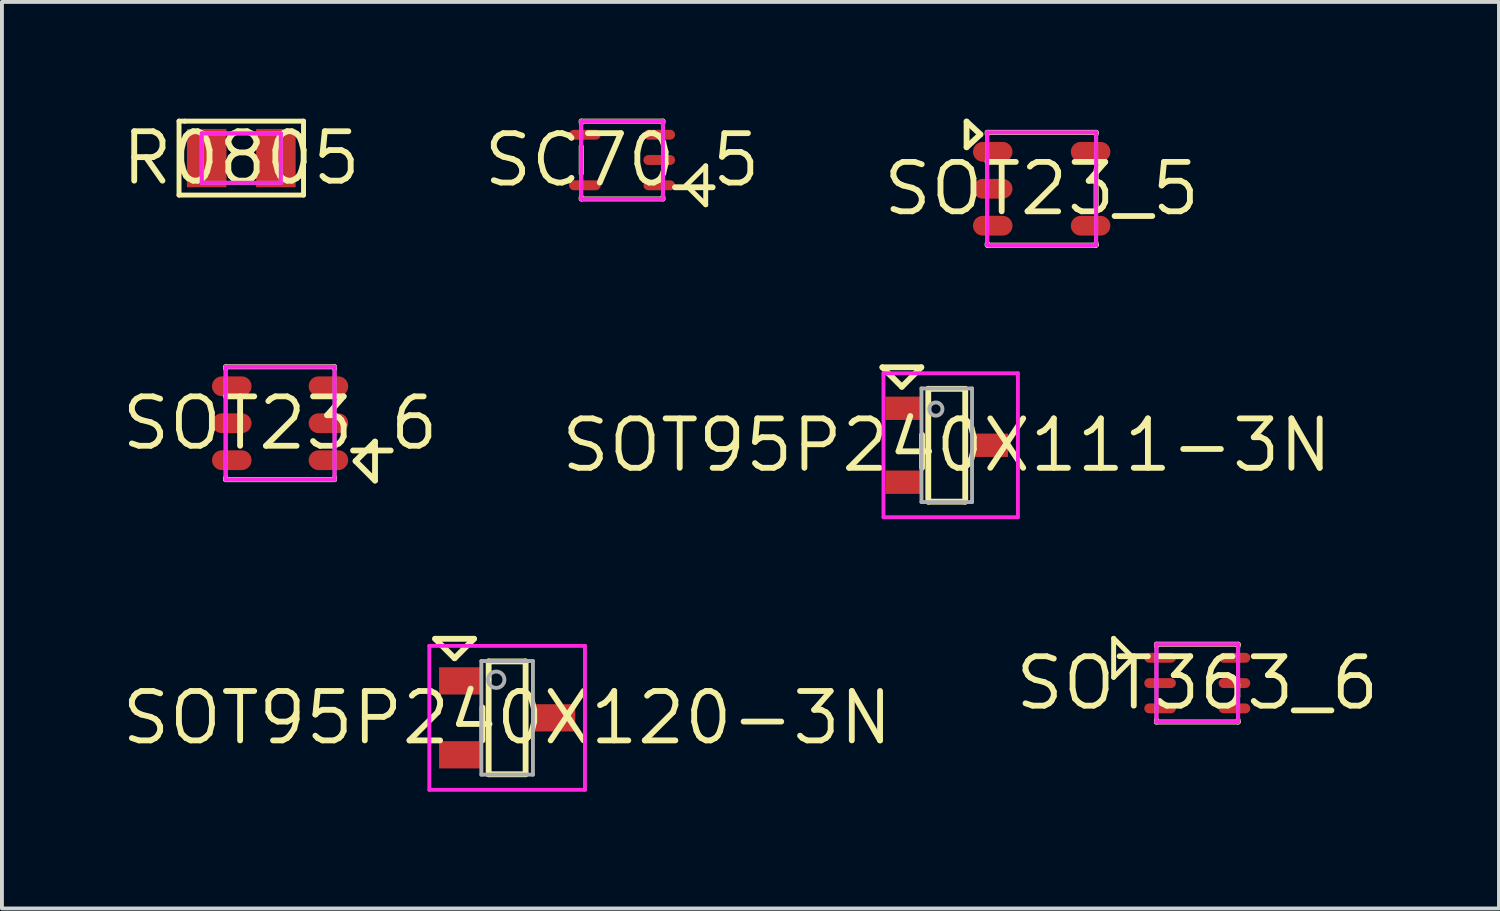
<source format=kicad_pcb>
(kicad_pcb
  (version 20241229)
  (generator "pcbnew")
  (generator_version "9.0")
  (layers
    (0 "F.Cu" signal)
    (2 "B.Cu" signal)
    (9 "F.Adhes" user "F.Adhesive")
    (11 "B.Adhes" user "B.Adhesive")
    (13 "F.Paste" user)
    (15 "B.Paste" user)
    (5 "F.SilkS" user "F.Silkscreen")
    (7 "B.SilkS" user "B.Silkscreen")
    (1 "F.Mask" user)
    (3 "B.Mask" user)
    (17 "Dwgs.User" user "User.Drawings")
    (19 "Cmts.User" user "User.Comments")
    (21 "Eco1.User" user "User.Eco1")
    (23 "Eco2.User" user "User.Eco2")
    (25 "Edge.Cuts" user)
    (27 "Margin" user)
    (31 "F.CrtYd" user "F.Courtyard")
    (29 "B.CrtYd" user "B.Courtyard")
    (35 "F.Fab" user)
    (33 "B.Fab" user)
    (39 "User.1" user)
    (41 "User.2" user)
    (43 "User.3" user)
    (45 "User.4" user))
  (footprint "SOT363_6"
    (layer "F.Cu")
    (at 27.726 14.509)
    (property "Reference" "SOT363_6" (at 0 0 0) (layer "F.SilkS") (effects (font (size 1.27 1.27) (thickness 0.15))))
    (fp_line (start -2.15 -1.15) (end -1.65 -0.65) (stroke (width 0.127) (type solid)) (layer "F.SilkS"))
    (fp_line (start -2.15 -0.15) (end -2.15 -1.15) (stroke (width 0.127) (type solid)) (layer "F.SilkS"))
    (fp_line (start -1.65 -0.65) (end -2.15 -0.15) (stroke (width 0.127) (type solid)) (layer "F.SilkS"))
    (fp_line (start -1.05 -1) (end 1.05 -1) (stroke (width 0.127) (type solid)) (layer "F.SilkS"))
    (fp_line (start -1.05 -0.95) (end -1.05 -1) (stroke (width 0.127) (type solid)) (layer "F.SilkS"))
    (fp_line (start -1.05 0.95) (end -1.05 1) (stroke (width 0.127) (type solid)) (layer "F.SilkS"))
    (fp_line (start -1.05 1) (end 1.05 1) (stroke (width 0.127) (type solid)) (layer "F.SilkS"))
    (fp_line (start 1.05 -1) (end 1.05 -0.95) (stroke (width 0.127) (type solid)) (layer "F.SilkS"))
    (fp_line (start 1.05 1) (end 1.05 0.95) (stroke (width 0.127) (type solid)) (layer "F.SilkS"))
    (fp_line (start -1.05 -1) (end -1.05 1) (stroke (width 0.1) (type solid)) (layer "F.CrtYd"))
    (fp_line (start -1.05 1) (end 1.05 1) (stroke (width 0.1) (type solid)) (layer "F.CrtYd"))
    (fp_line (start 1.05 -1) (end -1.05 -1) (stroke (width 0.1) (type solid)) (layer "F.CrtYd"))
    (fp_line (start 1.05 1) (end 1.05 -1) (stroke (width 0.1) (type solid)) (layer "F.CrtYd"))
    (fp_line (start -1.05 -1) (end -1.05 1) (stroke (width 0.1) (type solid)) (layer "F.Fab"))
    (fp_line (start -1.05 1) (end 1.05 1) (stroke (width 0.1) (type solid)) (layer "F.Fab"))
    (fp_line (start 1.05 -1) (end -1.05 -1) (stroke (width 0.1) (type solid)) (layer "F.Fab"))
    (fp_line (start 1.05 1) (end 1.05 -1) (stroke (width 0.1) (type solid)) (layer "F.Fab"))
    (pad "1" smd oval (at -0.956 -0.65 270) (size 0.254 0.813) (layers "F.Cu" "F.Mask" "F.Paste"))
    (pad "2" smd oval (at -0.956 0 270) (size 0.254 0.813) (layers "F.Cu" "F.Mask" "F.Paste"))
    (pad "3" smd oval (at -0.956 0.65 270) (size 0.254 0.813) (layers "F.Cu" "F.Mask" "F.Paste"))
    (pad "4" smd oval (at 0.956 0.65 90) (size 0.254 0.813) (layers "F.Cu" "F.Mask" "F.Paste"))
    (pad "5" smd oval (at 0.956 0 90) (size 0.254 0.813) (layers "F.Cu" "F.Mask" "F.Paste"))
    (pad "6" smd oval (at 0.956 -0.65 90) (size 0.254 0.813) (layers "F.Cu" "F.Mask" "F.Paste")))
  (footprint "SOT95P240X111-3N"
    (layer "F.Cu")
    (at 21.286 8.395)
    (property "Reference" "SOT95P240X111-3N" (at 0 0 0) (layer "F.SilkS") (effects (font (size 1.27 1.27) (thickness 0.15))))
    (fp_line (start -1.654 -2.004) (end -1.154 -1.504) (stroke (width 0.15) (type solid)) (layer "F.SilkS"))
    (fp_line (start -1.154 -1.504) (end -0.654 -2.004) (stroke (width 0.15) (type solid)) (layer "F.SilkS"))
    (fp_line (start -0.654 -2.004) (end -1.654 -2.004) (stroke (width 0.15) (type solid)) (layer "F.SilkS"))
    (fp_line (start -0.475 -1.45) (end 0.475 -1.45) (stroke (width 0.15) (type solid)) (layer "F.SilkS"))
    (fp_line (start -0.475 1.45) (end -0.475 -1.45) (stroke (width 0.15) (type solid)) (layer "F.SilkS"))
    (fp_line (start 0.475 -1.45) (end 0.475 1.45) (stroke (width 0.15) (type solid)) (layer "F.SilkS"))
    (fp_line (start 0.475 1.45) (end -0.475 1.45) (stroke (width 0.15) (type solid)) (layer "F.SilkS"))
    (fp_line (start -1.626 -1.85) (end 1.829 -1.85) (stroke (width 0.1) (type solid)) (layer "F.CrtYd"))
    (fp_line (start -1.626 1.85) (end -1.626 -1.85) (stroke (width 0.1) (type solid)) (layer "F.CrtYd"))
    (fp_line (start 1.829 -1.85) (end 1.829 1.85) (stroke (width 0.1) (type solid)) (layer "F.CrtYd"))
    (fp_line (start 1.829 1.85) (end -1.626 1.85) (stroke (width 0.1) (type solid)) (layer "F.CrtYd"))
    (fp_line (start -0.65 -1.46) (end 0.65 -1.46) (stroke (width 0.1) (type solid)) (layer "F.Fab"))
    (fp_line (start -0.65 1.46) (end -0.65 -1.46) (stroke (width 0.1) (type solid)) (layer "F.Fab"))
    (fp_line (start 0.65 -1.46) (end 0.65 1.46) (stroke (width 0.1) (type solid)) (layer "F.Fab"))
    (fp_line (start 0.65 1.46) (end -0.65 1.46) (stroke (width 0.1) (type solid)) (layer "F.Fab"))
    (fp_arc (start -0.449986 -0.929996) (mid -0.110014 -0.930004) (end -0.449986 -0.929996) (stroke (width 0.1) (type solid)) (layer "F.Fab"))
    (pad "1" smd rect (at -1.1 -0.95) (size 0.95 0.6) (layers "F.Cu" "F.Mask" "F.Paste"))
    (pad "2" smd rect (at -1.1 0.95) (size 0.95 0.6) (layers "F.Cu" "F.Mask" "F.Paste"))
    (pad "3" smd rect (at 1.1 0) (size 0.95 0.6) (layers "F.Cu" "F.Mask" "F.Paste")))
  (footprint "SOT95P240X120-3N"
    (layer "F.Cu")
    (at 9.986 15.402)
    (property "Reference" "SOT95P240X120-3N" (at 0 0 0) (layer "F.SilkS") (effects (font (size 1.27 1.27) (thickness 0.15))))
    (fp_line (start -1.851 -2.032) (end -1.351 -1.532) (stroke (width 0.15) (type solid)) (layer "F.SilkS"))
    (fp_line (start -1.351 -1.532) (end -0.851 -2.032) (stroke (width 0.15) (type solid)) (layer "F.SilkS"))
    (fp_line (start -0.851 -2.032) (end -1.851 -2.032) (stroke (width 0.15) (type solid)) (layer "F.SilkS"))
    (fp_line (start -0.475 -1.45) (end 0.475 -1.45) (stroke (width 0.15) (type solid)) (layer "F.SilkS"))
    (fp_line (start -0.475 1.45) (end -0.475 -1.45) (stroke (width 0.15) (type solid)) (layer "F.SilkS"))
    (fp_line (start 0.475 -1.45) (end 0.475 1.45) (stroke (width 0.15) (type solid)) (layer "F.SilkS"))
    (fp_line (start 0.475 1.45) (end -0.475 1.45) (stroke (width 0.15) (type solid)) (layer "F.SilkS"))
    (fp_line (start -2 -1.85) (end 2 -1.85) (stroke (width 0.1) (type solid)) (layer "F.CrtYd"))
    (fp_line (start -2 1.85) (end -2 -1.85) (stroke (width 0.1) (type solid)) (layer "F.CrtYd"))
    (fp_line (start 2 -1.85) (end 2 1.85) (stroke (width 0.1) (type solid)) (layer "F.CrtYd"))
    (fp_line (start 2 1.85) (end -2 1.85) (stroke (width 0.1) (type solid)) (layer "F.CrtYd"))
    (fp_line (start -0.663 -1.46) (end 0.663 -1.46) (stroke (width 0.1) (type solid)) (layer "F.Fab"))
    (fp_line (start -0.663 1.46) (end -0.663 -1.46) (stroke (width 0.1) (type solid)) (layer "F.Fab"))
    (fp_line (start 0.663 -1.46) (end 0.663 1.46) (stroke (width 0.1) (type solid)) (layer "F.Fab"))
    (fp_line (start 0.663 1.46) (end -0.663 1.46) (stroke (width 0.1) (type solid)) (layer "F.Fab"))
    (fp_arc (start -0.490245 -0.980008) (mid -0.069755 -0.979992) (end -0.490245 -0.980008) (stroke (width 0.1) (type solid)) (layer "F.Fab"))
    (pad "1" smd rect (at -1.2 -0.95) (size 1.1 0.7) (layers "F.Cu" "F.Mask" "F.Paste"))
    (pad "2" smd rect (at -1.2 0.95) (size 1.1 0.7) (layers "F.Cu" "F.Mask" "F.Paste"))
    (pad "3" smd rect (at 1.2 0) (size 1.1 0.7) (layers "F.Cu" "F.Mask" "F.Paste")))
  (footprint "SOT23_6"
    (layer "F.Cu")
    (at 4.15 7.829)
    (property "Reference" "SOT23_6" (at 0 0 0) (layer "F.SilkS") (effects (font (size 1.27 1.27) (thickness 0.15))))
    (fp_line (start -1.4 -1.45) (end -1.4 -1.4) (stroke (width 0.127) (type solid)) (layer "F.SilkS"))
    (fp_line (start -1.4 1.45) (end -1.4 1.4) (stroke (width 0.127) (type solid)) (layer "F.SilkS"))
    (fp_line (start 1.4 -1.45) (end -1.4 -1.45) (stroke (width 0.127) (type solid)) (layer "F.SilkS"))
    (fp_line (start 1.4 -1.4) (end 1.4 -1.45) (stroke (width 0.127) (type solid)) (layer "F.SilkS"))
    (fp_line (start 1.4 1.4) (end 1.4 1.45) (stroke (width 0.127) (type solid)) (layer "F.SilkS"))
    (fp_line (start 1.4 1.45) (end -1.4 1.45) (stroke (width 0.127) (type solid)) (layer "F.SilkS"))
    (fp_line (start 1.94 0.973) (end 2.44 1.473) (stroke (width 0.15) (type solid)) (layer "F.SilkS"))
    (fp_line (start 2.44 0.473) (end 1.94 0.973) (stroke (width 0.15) (type solid)) (layer "F.SilkS"))
    (fp_line (start 2.44 1.473) (end 2.44 0.473) (stroke (width 0.15) (type solid)) (layer "F.SilkS"))
    (fp_line (start -1.4 -1.45) (end -1.4 1.45) (stroke (width 0.1) (type solid)) (layer "F.CrtYd"))
    (fp_line (start -1.4 1.45) (end 1.4 1.45) (stroke (width 0.1) (type solid)) (layer "F.CrtYd"))
    (fp_line (start 1.4 -1.45) (end -1.4 -1.45) (stroke (width 0.1) (type solid)) (layer "F.CrtYd"))
    (fp_line (start 1.4 1.45) (end 1.4 -1.45) (stroke (width 0.1) (type solid)) (layer "F.CrtYd"))
    (fp_line (start -1.4 -1.45) (end -1.4 1.45) (stroke (width 0.1) (type solid)) (layer "F.Fab"))
    (fp_line (start -1.4 1.45) (end 1.4 1.45) (stroke (width 0.1) (type solid)) (layer "F.Fab"))
    (fp_line (start 1.4 -1.45) (end -1.4 -1.45) (stroke (width 0.1) (type solid)) (layer "F.Fab"))
    (fp_line (start 1.4 1.45) (end 1.4 -1.45) (stroke (width 0.1) (type solid)) (layer "F.Fab"))
    (pad "1" smd oval (at 1.242 0.95 90) (size 0.508 1.016) (layers "F.Cu" "F.Mask" "F.Paste"))
    (pad "2" smd oval (at 1.242 0 90) (size 0.508 1.016) (layers "F.Cu" "F.Mask" "F.Paste"))
    (pad "3" smd oval (at 1.242 -0.95 90) (size 0.508 1.016) (layers "F.Cu" "F.Mask" "F.Paste"))
    (pad "4" smd oval (at -1.242 -0.95 270) (size 0.508 1.016) (layers "F.Cu" "F.Mask" "F.Paste"))
    (pad "5" smd oval (at -1.242 0 270) (size 0.508 1.016) (layers "F.Cu" "F.Mask" "F.Paste"))
    (pad "6" smd oval (at -1.242 0.95 270) (size 0.508 1.016) (layers "F.Cu" "F.Mask" "F.Paste")))
  (footprint "R0805"
    (layer "F.Cu")
    (at 3.152 1.014)
    (property "Reference" "R0805" (at 0 0 0) (layer "F.SilkS") (effects (font (size 1.27 1.27) (thickness 0.15))))
    (fp_line (start -1.6 -0.95) (end -1.45 -0.95) (stroke (width 0.127) (type solid)) (layer "F.SilkS"))
    (fp_line (start -1.6 0.95) (end -1.6 -0.95) (stroke (width 0.127) (type solid)) (layer "F.SilkS"))
    (fp_line (start -1.45 -0.95) (end 1.6 -0.95) (stroke (width 0.127) (type solid)) (layer "F.SilkS"))
    (fp_line (start 1.6 -0.95) (end 1.6 0.95) (stroke (width 0.127) (type solid)) (layer "F.SilkS"))
    (fp_line (start 1.6 0.95) (end -1.6 0.95) (stroke (width 0.127) (type solid)) (layer "F.SilkS"))
    (fp_line (start -1.016 -0.635) (end 1.016 -0.635) (stroke (width 0.1) (type solid)) (layer "F.CrtYd"))
    (fp_line (start -1.016 0.635) (end -1.016 -0.635) (stroke (width 0.1) (type solid)) (layer "F.CrtYd"))
    (fp_line (start 1.016 -0.635) (end 1.016 0.635) (stroke (width 0.1) (type solid)) (layer "F.CrtYd"))
    (fp_line (start 1.016 0.635) (end -1.016 0.635) (stroke (width 0.1) (type solid)) (layer "F.CrtYd"))
    (fp_line (start -1.016 -0.635) (end 1.016 -0.635) (stroke (width 0.1) (type solid)) (layer "F.Fab"))
    (fp_line (start -1.016 0.635) (end -1.016 -0.635) (stroke (width 0.1) (type solid)) (layer "F.Fab"))
    (fp_line (start 1.016 -0.635) (end 1.016 0.635) (stroke (width 0.1) (type solid)) (layer "F.Fab"))
    (fp_line (start 1.016 0.635) (end -1.016 0.635) (stroke (width 0.1) (type solid)) (layer "F.Fab"))
    (pad "1" smd rect (at -0.889 0) (size 1.016 1.499) (layers "F.Cu" "F.Mask" "F.Paste"))
    (pad "2" smd rect (at 0.889 0 180) (size 1.016 1.499) (layers "F.Cu" "F.Mask" "F.Paste")))
  (footprint "SOT23_5"
    (layer "F.Cu")
    (at 23.726 1.802)
    (property "Reference" "SOT23_5" (at 0 0 0) (layer "F.SilkS") (effects (font (size 1.27 1.27) (thickness 0.15))))
    (fp_line (start -1.93 -1.727) (end -1.93 -1.067) (stroke (width 0.15) (type solid)) (layer "F.SilkS"))
    (fp_line (start -1.93 -1.067) (end -1.575 -1.397) (stroke (width 0.15) (type solid)) (layer "F.SilkS"))
    (fp_line (start -1.575 -1.397) (end -1.93 -1.727) (stroke (width 0.15) (type solid)) (layer "F.SilkS"))
    (fp_line (start -1.4 -1.45) (end 1.4 -1.45) (stroke (width 0.127) (type solid)) (layer "F.SilkS"))
    (fp_line (start -1.4 -1.4) (end -1.4 -1.45) (stroke (width 0.127) (type solid)) (layer "F.SilkS"))
    (fp_line (start -1.4 1.4) (end -1.4 1.45) (stroke (width 0.127) (type solid)) (layer "F.SilkS"))
    (fp_line (start -1.4 1.45) (end 1.4 1.45) (stroke (width 0.127) (type solid)) (layer "F.SilkS"))
    (fp_line (start 1.4 -1.45) (end 1.4 -1.4) (stroke (width 0.127) (type solid)) (layer "F.SilkS"))
    (fp_line (start 1.4 -0.5) (end 1.4 0.5) (stroke (width 0.127) (type solid)) (layer "F.SilkS"))
    (fp_line (start 1.4 1.45) (end 1.4 1.4) (stroke (width 0.127) (type solid)) (layer "F.SilkS"))
    (fp_line (start -1.4 -1.45) (end -1.4 1.45) (stroke (width 0.1) (type solid)) (layer "F.CrtYd"))
    (fp_line (start -1.4 1.45) (end 1.4 1.45) (stroke (width 0.1) (type solid)) (layer "F.CrtYd"))
    (fp_line (start 1.4 -1.45) (end -1.4 -1.45) (stroke (width 0.1) (type solid)) (layer "F.CrtYd"))
    (fp_line (start 1.4 1.45) (end 1.4 -1.45) (stroke (width 0.1) (type solid)) (layer "F.CrtYd"))
    (fp_line (start -1.4 -1.45) (end -1.4 1.45) (stroke (width 0.1) (type solid)) (layer "F.Fab"))
    (fp_line (start -1.4 1.45) (end 1.4 1.45) (stroke (width 0.1) (type solid)) (layer "F.Fab"))
    (fp_line (start 1.4 -1.45) (end -1.4 -1.45) (stroke (width 0.1) (type solid)) (layer "F.Fab"))
    (fp_line (start 1.4 1.45) (end 1.4 -1.45) (stroke (width 0.1) (type solid)) (layer "F.Fab"))
    (pad "1" smd oval (at -1.258 -0.95 270) (size 0.508 1.016) (layers "F.Cu" "F.Mask" "F.Paste"))
    (pad "2" smd oval (at -1.258 0 270) (size 0.508 1.016) (layers "F.Cu" "F.Mask" "F.Paste"))
    (pad "3" smd oval (at -1.258 0.95 270) (size 0.508 1.016) (layers "F.Cu" "F.Mask" "F.Paste"))
    (pad "4" smd oval (at 1.258 0.95 90) (size 0.508 1.016) (layers "F.Cu" "F.Mask" "F.Paste"))
    (pad "5" smd oval (at 1.258 -0.95 90) (size 0.508 1.016) (layers "F.Cu" "F.Mask" "F.Paste")))
  (footprint "SC70_5"
    (layer "F.Cu")
    (at 12.94 1.063)
    (property "Reference" "SC70_5" (at 0 0 180) (layer "F.SilkS") (effects (font (size 1.27 1.27) (thickness 0.15))))
    (fp_line (start -1.05 -1) (end 1.05 -1) (stroke (width 0.127) (type solid)) (layer "F.SilkS"))
    (fp_line (start -1.05 -0.95) (end -1.05 -1) (stroke (width 0.127) (type solid)) (layer "F.SilkS"))
    (fp_line (start -1.05 0.35) (end -1.05 -0.35) (stroke (width 0.127) (type solid)) (layer "F.SilkS"))
    (fp_line (start -1.05 0.95) (end -1.05 1) (stroke (width 0.127) (type solid)) (layer "F.SilkS"))
    (fp_line (start -1.05 1) (end 1.05 1) (stroke (width 0.127) (type solid)) (layer "F.SilkS"))
    (fp_line (start 1.05 -1) (end 1.05 -0.95) (stroke (width 0.127) (type solid)) (layer "F.SilkS"))
    (fp_line (start 1.05 1) (end 1.05 0.95) (stroke (width 0.127) (type solid)) (layer "F.SilkS"))
    (fp_line (start 1.65 0.65) (end 2.15 0.15) (stroke (width 0.127) (type solid)) (layer "F.SilkS"))
    (fp_line (start 2.15 0.15) (end 2.15 1.15) (stroke (width 0.127) (type solid)) (layer "F.SilkS"))
    (fp_line (start 2.15 1.15) (end 1.65 0.65) (stroke (width 0.127) (type solid)) (layer "F.SilkS"))
    (fp_line (start -1.05 -1) (end -1.05 1) (stroke (width 0.1) (type solid)) (layer "F.CrtYd"))
    (fp_line (start -1.05 1) (end 1.05 1) (stroke (width 0.1) (type solid)) (layer "F.CrtYd"))
    (fp_line (start 1.05 -1) (end -1.05 -1) (stroke (width 0.1) (type solid)) (layer "F.CrtYd"))
    (fp_line (start 1.05 1) (end 1.05 -1) (stroke (width 0.1) (type solid)) (layer "F.CrtYd"))
    (fp_line (start -1.05 -1) (end -1.05 1) (stroke (width 0.1) (type solid)) (layer "F.Fab"))
    (fp_line (start -1.05 1) (end 1.05 1) (stroke (width 0.1) (type solid)) (layer "F.Fab"))
    (fp_line (start 1.05 -1) (end -1.05 -1) (stroke (width 0.1) (type solid)) (layer "F.Fab"))
    (fp_line (start 1.05 1) (end 1.05 -1) (stroke (width 0.1) (type solid)) (layer "F.Fab"))
    (pad "1" smd oval (at 0.956 0.65 270) (size 0.254 0.813) (layers "F.Cu" "F.Mask" "F.Paste"))
    (pad "2" smd oval (at 0.956 0 270) (size 0.254 0.813) (layers "F.Cu" "F.Mask" "F.Paste"))
    (pad "3" smd oval (at 0.956 -0.65 270) (size 0.254 0.813) (layers "F.Cu" "F.Mask" "F.Paste"))
    (pad "4" smd oval (at -0.956 -0.65 90) (size 0.254 0.813) (layers "F.Cu" "F.Mask" "F.Paste"))
    (pad "5" smd oval (at -0.956 0.65 90) (size 0.254 0.813) (layers "F.Cu" "F.Mask" "F.Paste")))
  (gr_rect
    (start -3 -3)
    (end 35.481 20.302)
    (stroke (width 0.1) (type default))
    (fill no)
    (layer "Edge.Cuts")))
</source>
